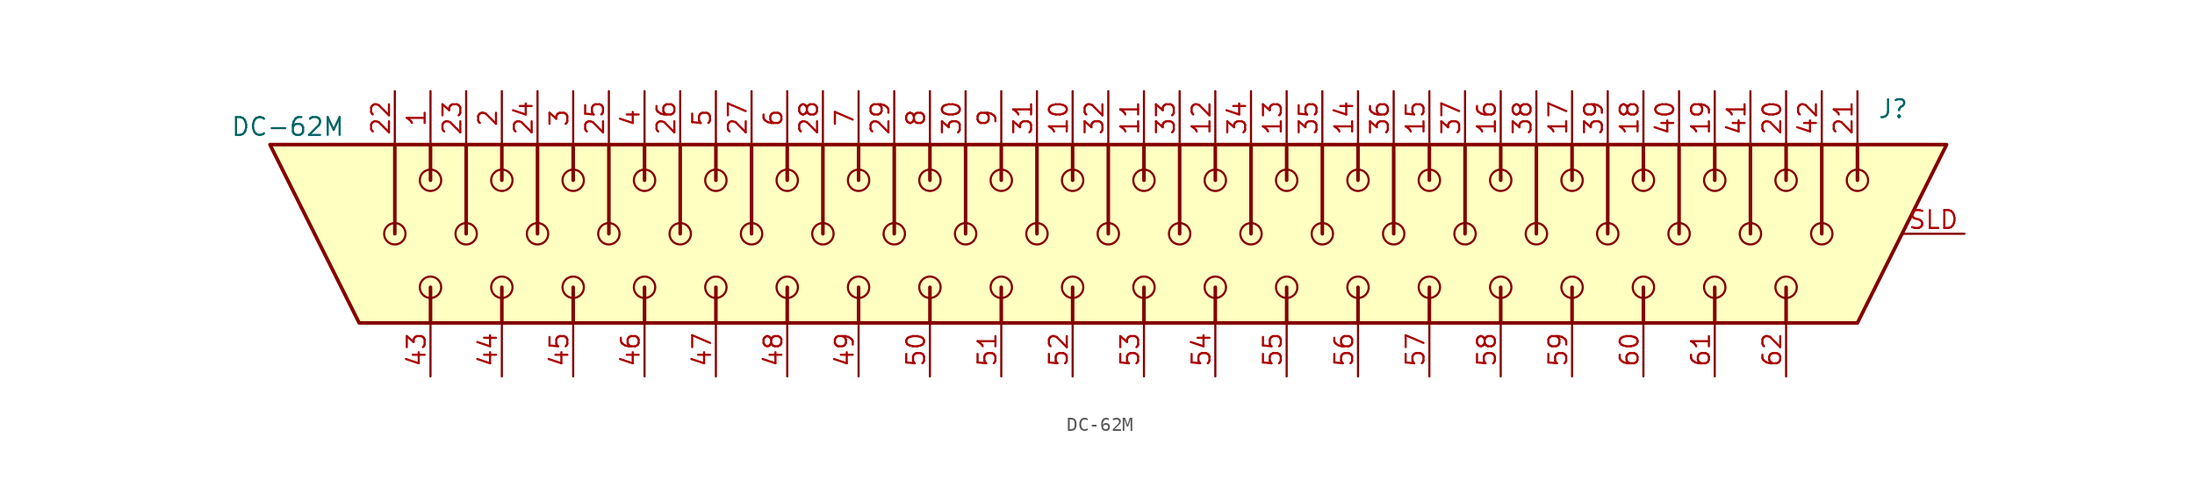
<source format=kicad_sym>
(kicad_symbol_lib
  (version 20241209)
  (generator "kicad_symbol_editor")
  (generator_version "9.0")
  (symbol "DC-62M"
    (pin_names
      (hide yes))
    (property "Reference" "J"
      (at 55.88 8.89 0)
      (effects (font (size 1.27 1.27))))
    (property "Value" "DC-62M"
      (at -58.42 7.62 0)
      (effects (font (size 1.27 1.27))))
    (symbol "DC-62M_0_1"
      (polyline (pts (xy -59.69 6.35) (xy 59.69 6.35) (xy 53.34 -6.35) (xy -53.34 -6.35) (xy -59.69 6.35)) (stroke (width 0.254) (type solid)) (fill (type background)))
      (polyline (pts (xy -48.26 6.35) (xy -48.26 3.81)) (stroke (width 0.254) (type solid)) (fill (type none)))
      (polyline (pts (xy -48.26 -3.81) (xy -48.26 -6.35)) (stroke (width 0.254) (type solid)) (fill (type none)))
      (polyline (pts (xy -45.72 6.35) (xy -45.72 0)) (stroke (width 0.254) (type solid)) (fill (type none)))
      (polyline (pts (xy -43.18 6.35) (xy -43.18 3.81)) (stroke (width 0.254) (type solid)) (fill (type none)))
      (polyline (pts (xy -43.18 -3.81) (xy -43.18 -6.35)) (stroke (width 0.254) (type solid)) (fill (type none)))
      (polyline (pts (xy -40.64 6.35) (xy -40.64 0)) (stroke (width 0.254) (type solid)) (fill (type none)))
      (polyline (pts (xy -38.1 6.35) (xy -38.1 3.81)) (stroke (width 0.254) (type solid)) (fill (type none)))
      (polyline (pts (xy -38.1 -3.81) (xy -38.1 -6.35)) (stroke (width 0.254) (type solid)) (fill (type none)))
      (polyline (pts (xy -35.56 6.35) (xy -35.56 0)) (stroke (width 0.254) (type solid)) (fill (type none)))
      (polyline (pts (xy -33.02 6.35) (xy -33.02 3.81)) (stroke (width 0.254) (type solid)) (fill (type none)))
      (polyline (pts (xy -33.02 -3.81) (xy -33.02 -6.35)) (stroke (width 0.254) (type solid)) (fill (type none)))
      (polyline (pts (xy -30.48 6.35) (xy -30.48 0)) (stroke (width 0.254) (type solid)) (fill (type none)))
      (polyline (pts (xy -27.94 6.35) (xy -27.94 3.81)) (stroke (width 0.254) (type solid)) (fill (type none)))
      (polyline (pts (xy -27.94 -3.81) (xy -27.94 -6.35)) (stroke (width 0.254) (type solid)) (fill (type none)))
      (polyline (pts (xy -25.4 6.35) (xy -25.4 0)) (stroke (width 0.254) (type solid)) (fill (type none)))
      (polyline (pts (xy -22.86 6.35) (xy -22.86 3.81)) (stroke (width 0.254) (type solid)) (fill (type none)))
      (polyline (pts (xy -22.86 -3.81) (xy -22.86 -6.35)) (stroke (width 0.254) (type solid)) (fill (type none)))
      (polyline (pts (xy -20.32 6.35) (xy -20.32 0)) (stroke (width 0.254) (type solid)) (fill (type none)))
      (polyline (pts (xy -17.78 6.35) (xy -17.78 3.81)) (stroke (width 0.254) (type solid)) (fill (type none)))
      (polyline (pts (xy -17.78 -3.81) (xy -17.78 -6.35)) (stroke (width 0.254) (type solid)) (fill (type none)))
      (polyline (pts (xy -15.24 6.35) (xy -15.24 0)) (stroke (width 0.254) (type solid)) (fill (type none)))
      (polyline (pts (xy -12.7 6.35) (xy -12.7 3.81)) (stroke (width 0.254) (type solid)) (fill (type none)))
      (polyline (pts (xy -12.7 -3.81) (xy -12.7 -6.35)) (stroke (width 0.254) (type solid)) (fill (type none)))
      (polyline (pts (xy -10.16 6.35) (xy -10.16 0)) (stroke (width 0.254) (type solid)) (fill (type none)))
      (polyline (pts (xy -7.62 6.35) (xy -7.62 3.81)) (stroke (width 0.254) (type solid)) (fill (type none)))
      (polyline (pts (xy -7.62 -3.81) (xy -7.62 -5.08) (xy -7.62 -6.35)) (stroke (width 0.254) (type solid)) (fill (type none)))
      (polyline (pts (xy -5.08 6.35) (xy -5.08 0)) (stroke (width 0.254) (type solid)) (fill (type none)))
      (polyline (pts (xy -2.54 6.35) (xy -2.54 3.81)) (stroke (width 0.254) (type solid)) (fill (type none)))
      (polyline (pts (xy -2.54 -3.81) (xy -2.54 -6.35)) (stroke (width 0.254) (type solid)) (fill (type none)))
      (polyline (pts (xy 0 6.35) (xy 0 0)) (stroke (width 0.254) (type solid)) (fill (type none)))
      (polyline (pts (xy 2.54 6.35) (xy 2.54 3.81)) (stroke (width 0.254) (type solid)) (fill (type none)))
      (polyline (pts (xy 2.54 -3.81) (xy 2.54 -5.08) (xy 2.54 -6.35)) (stroke (width 0.254) (type solid)) (fill (type none)))
      (polyline (pts (xy 5.08 6.35) (xy 5.08 0)) (stroke (width 0.254) (type solid)) (fill (type none)))
      (polyline (pts (xy 7.62 6.35) (xy 7.62 3.81)) (stroke (width 0.254) (type solid)) (fill (type none)))
      (polyline (pts (xy 7.62 -3.81) (xy 7.62 -6.35)) (stroke (width 0.254) (type solid)) (fill (type none)))
      (polyline (pts (xy 10.16 6.35) (xy 10.16 0)) (stroke (width 0.254) (type solid)) (fill (type none)))
      (polyline (pts (xy 12.7 6.35) (xy 12.7 3.81)) (stroke (width 0.254) (type solid)) (fill (type none)))
      (polyline (pts (xy 12.7 -3.81) (xy 12.7 -6.35)) (stroke (width 0.254) (type solid)) (fill (type none)))
      (polyline (pts (xy 15.24 6.35) (xy 15.24 0)) (stroke (width 0.254) (type solid)) (fill (type none)))
      (polyline (pts (xy 17.78 6.35) (xy 17.78 3.81)) (stroke (width 0.254) (type solid)) (fill (type none)))
      (polyline (pts (xy 17.78 -3.81) (xy 17.78 -6.35)) (stroke (width 0.254) (type solid)) (fill (type none)))
      (polyline (pts (xy 20.32 6.35) (xy 20.32 0)) (stroke (width 0.254) (type solid)) (fill (type none)))
      (polyline (pts (xy 22.86 6.35) (xy 22.86 3.81)) (stroke (width 0.254) (type solid)) (fill (type none)))
      (polyline (pts (xy 22.86 -3.81) (xy 22.86 -6.35)) (stroke (width 0.254) (type solid)) (fill (type none)))
      (polyline (pts (xy 25.4 6.35) (xy 25.4 0)) (stroke (width 0.254) (type solid)) (fill (type none)))
      (polyline (pts (xy 27.94 6.35) (xy 27.94 3.81)) (stroke (width 0.254) (type solid)) (fill (type none)))
      (polyline (pts (xy 27.94 -3.81) (xy 27.94 -6.35)) (stroke (width 0.254) (type solid)) (fill (type none)))
      (polyline (pts (xy 30.48 6.35) (xy 30.48 0)) (stroke (width 0.254) (type solid)) (fill (type none)))
      (polyline (pts (xy 33.02 6.35) (xy 33.02 3.81)) (stroke (width 0.254) (type solid)) (fill (type none)))
      (polyline (pts (xy 33.02 -3.81) (xy 33.02 -6.35)) (stroke (width 0.254) (type solid)) (fill (type none)))
      (polyline (pts (xy 35.56 6.35) (xy 35.56 0)) (stroke (width 0.254) (type solid)) (fill (type none)))
      (polyline (pts (xy 38.1 6.35) (xy 38.1 3.81)) (stroke (width 0.254) (type solid)) (fill (type none)))
      (polyline (pts (xy 38.1 -3.81) (xy 38.1 -6.35)) (stroke (width 0.254) (type solid)) (fill (type none)))
      (polyline (pts (xy 40.64 6.35) (xy 40.64 0)) (stroke (width 0.254) (type solid)) (fill (type none)))
      (polyline (pts (xy 43.18 6.35) (xy 43.18 3.81)) (stroke (width 0.254) (type solid)) (fill (type none)))
      (polyline (pts (xy 43.18 -3.81) (xy 43.18 -6.35)) (stroke (width 0.254) (type solid)) (fill (type none)))
      (polyline (pts (xy 45.72 6.35) (xy 45.72 0)) (stroke (width 0.254) (type solid)) (fill (type none)))
      (polyline (pts (xy 48.26 6.35) (xy 48.26 3.81)) (stroke (width 0.254) (type solid)) (fill (type none))))
    (symbol "DC-62M_1_1"
      (polyline (pts (xy -50.8 6.35) (xy -50.8 0)) (stroke (width 0.254) (type solid)) (fill (type none)))
      (circle (center -50.8 0) (radius 0.762) (stroke (width 0) (type solid)) (fill (type none)))
      (circle (center -48.26 3.81) (radius 0.762) (stroke (width 0) (type solid)) (fill (type none)))
      (circle (center -48.26 -3.81) (radius 0.762) (stroke (width 0) (type solid)) (fill (type none)))
      (circle (center -45.72 0) (radius 0.762) (stroke (width 0) (type solid)) (fill (type none)))
      (circle (center -43.18 3.81) (radius 0.762) (stroke (width 0) (type solid)) (fill (type none)))
      (circle (center -43.18 -3.81) (radius 0.762) (stroke (width 0) (type solid)) (fill (type none)))
      (circle (center -40.64 0) (radius 0.762) (stroke (width 0) (type solid)) (fill (type none)))
      (circle (center -38.1 3.81) (radius 0.762) (stroke (width 0) (type solid)) (fill (type none)))
      (circle (center -38.1 -3.81) (radius 0.762) (stroke (width 0) (type solid)) (fill (type none)))
      (circle (center -35.56 0) (radius 0.762) (stroke (width 0) (type solid)) (fill (type none)))
      (circle (center -33.02 3.81) (radius 0.762) (stroke (width 0) (type solid)) (fill (type none)))
      (circle (center -33.02 -3.81) (radius 0.762) (stroke (width 0) (type solid)) (fill (type none)))
      (circle (center -30.48 0) (radius 0.762) (stroke (width 0) (type solid)) (fill (type none)))
      (circle (center -27.94 3.81) (radius 0.762) (stroke (width 0) (type solid)) (fill (type none)))
      (circle (center -27.94 -3.81) (radius 0.762) (stroke (width 0) (type solid)) (fill (type none)))
      (circle (center -25.4 0) (radius 0.762) (stroke (width 0) (type solid)) (fill (type none)))
      (circle (center -22.86 3.81) (radius 0.762) (stroke (width 0) (type solid)) (fill (type none)))
      (circle (center -22.86 -3.81) (radius 0.762) (stroke (width 0) (type solid)) (fill (type none)))
      (circle (center -20.32 0) (radius 0.762) (stroke (width 0) (type solid)) (fill (type none)))
      (circle (center -17.78 3.81) (radius 0.762) (stroke (width 0) (type solid)) (fill (type none)))
      (circle (center -17.78 -3.81) (radius 0.762) (stroke (width 0) (type solid)) (fill (type none)))
      (circle (center -15.24 0) (radius 0.762) (stroke (width 0) (type solid)) (fill (type none)))
      (circle (center -12.7 3.81) (radius 0.762) (stroke (width 0) (type solid)) (fill (type none)))
      (circle (center -12.7 -3.81) (radius 0.762) (stroke (width 0) (type solid)) (fill (type none)))
      (circle (center -10.16 0) (radius 0.762) (stroke (width 0) (type solid)) (fill (type none)))
      (circle (center -7.62 3.81) (radius 0.762) (stroke (width 0) (type solid)) (fill (type none)))
      (circle (center -7.62 -3.81) (radius 0.762) (stroke (width 0) (type solid)) (fill (type none)))
      (circle (center -5.08 0) (radius 0.762) (stroke (width 0) (type solid)) (fill (type none)))
      (circle (center -2.54 3.81) (radius 0.762) (stroke (width 0) (type solid)) (fill (type none)))
      (circle (center -2.54 -3.81) (radius 0.762) (stroke (width 0) (type solid)) (fill (type none)))
      (circle (center 0 0) (radius 0.762) (stroke (width 0) (type solid)) (fill (type none)))
      (circle (center 2.54 3.81) (radius 0.762) (stroke (width 0) (type solid)) (fill (type none)))
      (circle (center 2.54 -3.81) (radius 0.762) (stroke (width 0) (type solid)) (fill (type none)))
      (circle (center 5.08 0) (radius 0.762) (stroke (width 0) (type solid)) (fill (type none)))
      (circle (center 7.62 3.81) (radius 0.762) (stroke (width 0) (type solid)) (fill (type none)))
      (circle (center 7.62 -3.81) (radius 0.762) (stroke (width 0) (type solid)) (fill (type none)))
      (circle (center 10.16 0) (radius 0.762) (stroke (width 0) (type solid)) (fill (type none)))
      (circle (center 12.7 3.81) (radius 0.762) (stroke (width 0) (type solid)) (fill (type none)))
      (circle (center 12.7 -3.81) (radius 0.762) (stroke (width 0) (type solid)) (fill (type none)))
      (circle (center 15.24 0) (radius 0.762) (stroke (width 0) (type solid)) (fill (type none)))
      (circle (center 17.78 3.81) (radius 0.762) (stroke (width 0) (type solid)) (fill (type none)))
      (circle (center 17.78 -3.81) (radius 0.762) (stroke (width 0) (type solid)) (fill (type none)))
      (circle (center 20.32 0) (radius 0.762) (stroke (width 0) (type solid)) (fill (type none)))
      (circle (center 22.86 3.81) (radius 0.762) (stroke (width 0) (type solid)) (fill (type none)))
      (circle (center 22.86 -3.81) (radius 0.762) (stroke (width 0) (type solid)) (fill (type none)))
      (circle (center 25.4 0) (radius 0.762) (stroke (width 0) (type solid)) (fill (type none)))
      (circle (center 27.94 3.81) (radius 0.762) (stroke (width 0) (type solid)) (fill (type none)))
      (circle (center 27.94 -3.81) (radius 0.762) (stroke (width 0) (type solid)) (fill (type none)))
      (circle (center 30.48 0) (radius 0.762) (stroke (width 0) (type solid)) (fill (type none)))
      (circle (center 33.02 3.81) (radius 0.762) (stroke (width 0) (type solid)) (fill (type none)))
      (circle (center 33.02 -3.81) (radius 0.762) (stroke (width 0) (type solid)) (fill (type none)))
      (circle (center 35.56 0) (radius 0.762) (stroke (width 0) (type solid)) (fill (type none)))
      (circle (center 38.1 3.81) (radius 0.762) (stroke (width 0) (type solid)) (fill (type none)))
      (circle (center 38.1 -3.81) (radius 0.762) (stroke (width 0) (type solid)) (fill (type none)))
      (circle (center 40.64 0) (radius 0.762) (stroke (width 0) (type solid)) (fill (type none)))
      (circle (center 43.18 3.81) (radius 0.762) (stroke (width 0) (type solid)) (fill (type none)))
      (circle (center 43.18 -3.81) (radius 0.762) (stroke (width 0) (type solid)) (fill (type none)))
      (circle (center 45.72 0) (radius 0.762) (stroke (width 0) (type solid)) (fill (type none)))
      (circle (center 48.26 3.81) (radius 0.762) (stroke (width 0) (type solid)) (fill (type none)))
      (polyline (pts (xy 48.26 -3.81) (xy 48.26 -6.35)) (stroke (width 0.254) (type solid)) (fill (type none)))
      (circle (center 48.26 -3.81) (radius 0.762) (stroke (width 0) (type solid)) (fill (type none)))
      (polyline (pts (xy 50.8 6.35) (xy 50.8 0)) (stroke (width 0.254) (type solid)) (fill (type none)))
      (circle (center 50.8 0) (radius 0.762) (stroke (width 0) (type solid)) (fill (type none)))
      (polyline (pts (xy 53.34 6.35) (xy 53.34 3.81)) (stroke (width 0.254) (type solid)) (fill (type none)))
      (circle (center 53.34 3.81) (radius 0.762) (stroke (width 0) (type solid)) (fill (type none)))
      (pin passive line (at -50.8 10.16 270) (length 3.81) (name "~" (effects (font (size 1.27 1.27)))) (number "22" (effects (font (size 1.27 1.27)))))
      (pin passive line (at -48.26 10.16 270) (length 3.81) (name "~" (effects (font (size 1.27 1.27)))) (number "1" (effects (font (size 1.27 1.27)))))
      (pin passive line (at -48.26 -10.16 90) (length 3.81) (name "~" (effects (font (size 1.27 1.27)))) (number "43" (effects (font (size 1.27 1.27)))))
      (pin passive line (at -45.72 10.16 270) (length 3.81) (name "~" (effects (font (size 1.27 1.27)))) (number "23" (effects (font (size 1.27 1.27)))))
      (pin passive line (at -43.18 10.16 270) (length 3.81) (name "~" (effects (font (size 1.27 1.27)))) (number "2" (effects (font (size 1.27 1.27)))))
      (pin passive line (at -43.18 -10.16 90) (length 3.81) (name "~" (effects (font (size 1.27 1.27)))) (number "44" (effects (font (size 1.27 1.27)))))
      (pin passive line (at -40.64 10.16 270) (length 3.81) (name "~" (effects (font (size 1.27 1.27)))) (number "24" (effects (font (size 1.27 1.27)))))
      (pin passive line (at -38.1 10.16 270) (length 3.81) (name "~" (effects (font (size 1.27 1.27)))) (number "3" (effects (font (size 1.27 1.27)))))
      (pin passive line (at -38.1 -10.16 90) (length 3.81) (name "~" (effects (font (size 1.27 1.27)))) (number "45" (effects (font (size 1.27 1.27)))))
      (pin passive line (at -35.56 10.16 270) (length 3.81) (name "~" (effects (font (size 1.27 1.27)))) (number "25" (effects (font (size 1.27 1.27)))))
      (pin passive line (at -33.02 10.16 270) (length 3.81) (name "~" (effects (font (size 1.27 1.27)))) (number "4" (effects (font (size 1.27 1.27)))))
      (pin passive line (at -33.02 -10.16 90) (length 3.81) (name "~" (effects (font (size 1.27 1.27)))) (number "46" (effects (font (size 1.27 1.27)))))
      (pin passive line (at -30.48 10.16 270) (length 3.81) (name "~" (effects (font (size 1.27 1.27)))) (number "26" (effects (font (size 1.27 1.27)))))
      (pin passive line (at -27.94 10.16 270) (length 3.81) (name "~" (effects (font (size 1.27 1.27)))) (number "5" (effects (font (size 1.27 1.27)))))
      (pin passive line (at -27.94 -10.16 90) (length 3.81) (name "~" (effects (font (size 1.27 1.27)))) (number "47" (effects (font (size 1.27 1.27)))))
      (pin passive line (at -25.4 10.16 270) (length 3.81) (name "~" (effects (font (size 1.27 1.27)))) (number "27" (effects (font (size 1.27 1.27)))))
      (pin passive line (at -22.86 10.16 270) (length 3.81) (name "~" (effects (font (size 1.27 1.27)))) (number "6" (effects (font (size 1.27 1.27)))))
      (pin passive line (at -22.86 -10.16 90) (length 3.81) (name "~" (effects (font (size 1.27 1.27)))) (number "48" (effects (font (size 1.27 1.27)))))
      (pin passive line (at -20.32 10.16 270) (length 3.81) (name "~" (effects (font (size 1.27 1.27)))) (number "28" (effects (font (size 1.27 1.27)))))
      (pin passive line (at -17.78 10.16 270) (length 3.81) (name "~" (effects (font (size 1.27 1.27)))) (number "7" (effects (font (size 1.27 1.27)))))
      (pin passive line (at -17.78 -10.16 90) (length 3.81) (name "~" (effects (font (size 1.27 1.27)))) (number "49" (effects (font (size 1.27 1.27)))))
      (pin passive line (at -15.24 10.16 270) (length 3.81) (name "~" (effects (font (size 1.27 1.27)))) (number "29" (effects (font (size 1.27 1.27)))))
      (pin passive line (at -12.7 10.16 270) (length 3.81) (name "~" (effects (font (size 1.27 1.27)))) (number "8" (effects (font (size 1.27 1.27)))))
      (pin passive line (at -12.7 -10.16 90) (length 3.81) (name "~" (effects (font (size 1.27 1.27)))) (number "50" (effects (font (size 1.27 1.27)))))
      (pin passive line (at -10.16 10.16 270) (length 3.81) (name "~" (effects (font (size 1.27 1.27)))) (number "30" (effects (font (size 1.27 1.27)))))
      (pin passive line (at -7.62 10.16 270) (length 3.81) (name "~" (effects (font (size 1.27 1.27)))) (number "9" (effects (font (size 1.27 1.27)))))
      (pin passive line (at -7.62 -10.16 90) (length 3.81) (name "~" (effects (font (size 1.27 1.27)))) (number "51" (effects (font (size 1.27 1.27)))))
      (pin passive line (at -5.08 10.16 270) (length 3.81) (name "~" (effects (font (size 1.27 1.27)))) (number "31" (effects (font (size 1.27 1.27)))))
      (pin passive line (at -2.54 10.16 270) (length 3.81) (name "~" (effects (font (size 1.27 1.27)))) (number "10" (effects (font (size 1.27 1.27)))))
      (pin passive line (at -2.54 -10.16 90) (length 3.81) (name "~" (effects (font (size 1.27 1.27)))) (number "52" (effects (font (size 1.27 1.27)))))
      (pin passive line (at 0 10.16 270) (length 3.81) (name "~" (effects (font (size 1.27 1.27)))) (number "32" (effects (font (size 1.27 1.27)))))
      (pin passive line (at 2.54 10.16 270) (length 3.81) (name "~" (effects (font (size 1.27 1.27)))) (number "11" (effects (font (size 1.27 1.27)))))
      (pin passive line (at 2.54 -10.16 90) (length 3.81) (name "~" (effects (font (size 1.27 1.27)))) (number "53" (effects (font (size 1.27 1.27)))))
      (pin passive line (at 5.08 10.16 270) (length 3.81) (name "~" (effects (font (size 1.27 1.27)))) (number "33" (effects (font (size 1.27 1.27)))))
      (pin passive line (at 7.62 10.16 270) (length 3.81) (name "~" (effects (font (size 1.27 1.27)))) (number "12" (effects (font (size 1.27 1.27)))))
      (pin passive line (at 7.62 -10.16 90) (length 3.81) (name "~" (effects (font (size 1.27 1.27)))) (number "54" (effects (font (size 1.27 1.27)))))
      (pin passive line (at 10.16 10.16 270) (length 3.81) (name "~" (effects (font (size 1.27 1.27)))) (number "34" (effects (font (size 1.27 1.27)))))
      (pin passive line (at 12.7 10.16 270) (length 3.81) (name "~" (effects (font (size 1.27 1.27)))) (number "13" (effects (font (size 1.27 1.27)))))
      (pin passive line (at 12.7 -10.16 90) (length 3.81) (name "~" (effects (font (size 1.27 1.27)))) (number "55" (effects (font (size 1.27 1.27)))))
      (pin passive line (at 15.24 10.16 270) (length 3.81) (name "~" (effects (font (size 1.27 1.27)))) (number "35" (effects (font (size 1.27 1.27)))))
      (pin passive line (at 17.78 10.16 270) (length 3.81) (name "~" (effects (font (size 1.27 1.27)))) (number "14" (effects (font (size 1.27 1.27)))))
      (pin passive line (at 17.78 -10.16 90) (length 3.81) (name "~" (effects (font (size 1.27 1.27)))) (number "56" (effects (font (size 1.27 1.27)))))
      (pin passive line (at 20.32 10.16 270) (length 3.81) (name "~" (effects (font (size 1.27 1.27)))) (number "36" (effects (font (size 1.27 1.27)))))
      (pin passive line (at 22.86 10.16 270) (length 3.81) (name "~" (effects (font (size 1.27 1.27)))) (number "15" (effects (font (size 1.27 1.27)))))
      (pin passive line (at 22.86 -10.16 90) (length 3.81) (name "~" (effects (font (size 1.27 1.27)))) (number "57" (effects (font (size 1.27 1.27)))))
      (pin passive line (at 25.4 10.16 270) (length 3.81) (name "~" (effects (font (size 1.27 1.27)))) (number "37" (effects (font (size 1.27 1.27)))))
      (pin passive line (at 27.94 10.16 270) (length 3.81) (name "~" (effects (font (size 1.27 1.27)))) (number "16" (effects (font (size 1.27 1.27)))))
      (pin passive line (at 27.94 -10.16 90) (length 3.81) (name "~" (effects (font (size 1.27 1.27)))) (number "58" (effects (font (size 1.27 1.27)))))
      (pin passive line (at 30.48 10.16 270) (length 3.81) (name "~" (effects (font (size 1.27 1.27)))) (number "38" (effects (font (size 1.27 1.27)))))
      (pin passive line (at 33.02 10.16 270) (length 3.81) (name "~" (effects (font (size 1.27 1.27)))) (number "17" (effects (font (size 1.27 1.27)))))
      (pin passive line (at 33.02 -10.16 90) (length 3.81) (name "~" (effects (font (size 1.27 1.27)))) (number "59" (effects (font (size 1.27 1.27)))))
      (pin passive line (at 35.56 10.16 270) (length 3.81) (name "~" (effects (font (size 1.27 1.27)))) (number "39" (effects (font (size 1.27 1.27)))))
      (pin passive line (at 38.1 10.16 270) (length 3.81) (name "~" (effects (font (size 1.27 1.27)))) (number "18" (effects (font (size 1.27 1.27)))))
      (pin passive line (at 38.1 -10.16 90) (length 3.81) (name "~" (effects (font (size 1.27 1.27)))) (number "60" (effects (font (size 1.27 1.27)))))
      (pin passive line (at 40.64 10.16 270) (length 3.81) (name "~" (effects (font (size 1.27 1.27)))) (number "40" (effects (font (size 1.27 1.27)))))
      (pin passive line (at 43.18 10.16 270) (length 3.81) (name "~" (effects (font (size 1.27 1.27)))) (number "19" (effects (font (size 1.27 1.27)))))
      (pin passive line (at 43.18 -10.16 90) (length 3.81) (name "~" (effects (font (size 1.27 1.27)))) (number "61" (effects (font (size 1.27 1.27)))))
      (pin passive line (at 45.72 10.16 270) (length 3.81) (name "~" (effects (font (size 1.27 1.27)))) (number "41" (effects (font (size 1.27 1.27)))))
      (pin passive line (at 48.26 10.16 270) (length 3.81) (name "~" (effects (font (size 1.27 1.27)))) (number "20" (effects (font (size 1.27 1.27)))))
      (pin passive line (at 48.26 -10.16 90) (length 3.81) (name "~" (effects (font (size 1.27 1.27)))) (number "62" (effects (font (size 1.27 1.27)))))
      (pin passive line (at 50.8 10.16 270) (length 3.81) (name "~" (effects (font (size 1.27 1.27)))) (number "42" (effects (font (size 1.27 1.27)))))
      (pin passive line (at 53.34 10.16 270) (length 3.81) (name "~" (effects (font (size 1.27 1.27)))) (number "21" (effects (font (size 1.27 1.27)))))
      (pin passive line (at 60.96 0 180) (length 4.445) (name "SHIELD" (effects (font (size 1.27 1.27)))) (number "SLD" (effects (font (size 1.27 1.27))))))))
</source>
